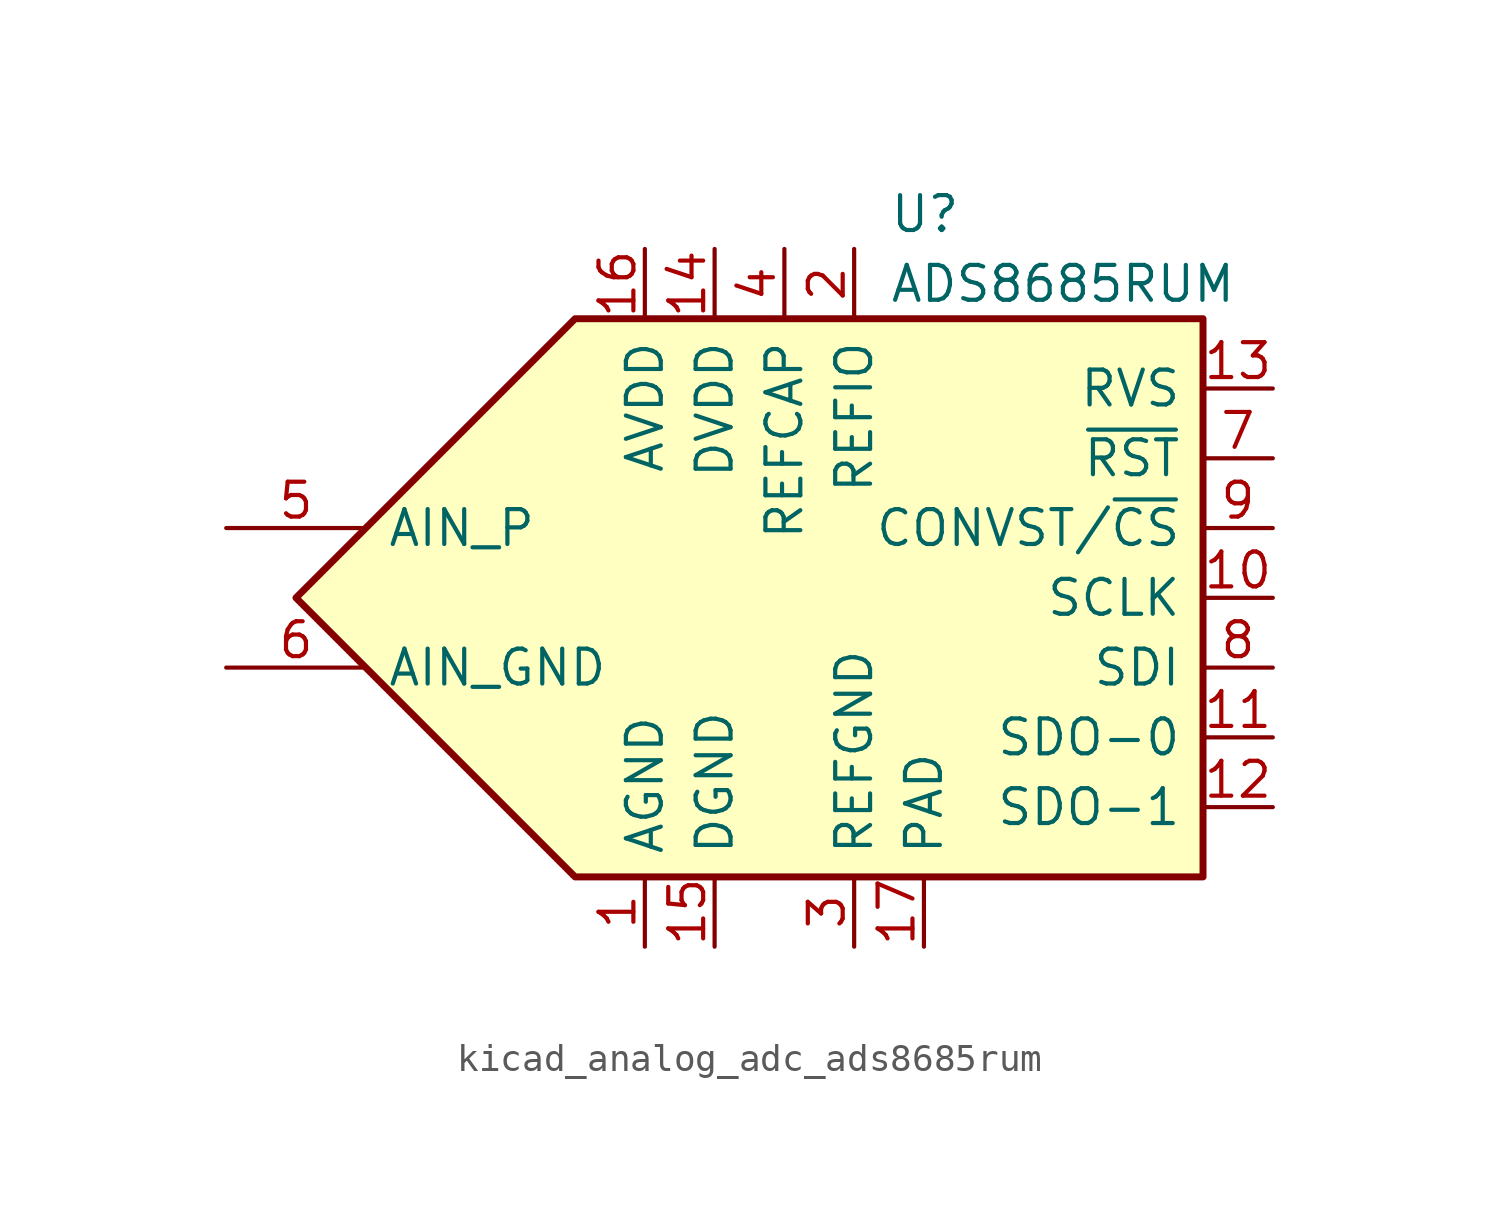
<source format=kicad_sym>
(kicad_symbol_lib
  (version 20220914)
  (generator kicad_symbol_editor)
  (symbol "kicad_analog_adc_ads8685rum"
    (pin_names
      (offset 0.762))
    (property "Reference" "U"
      (at 6.35 13.97 0)
      (effects (font (size 1.27 1.27)) (justify left)))
    (property "Value" "ADS8685RUM"
      (at 6.35 11.43 0)
      (effects (font (size 1.27 1.27)) (justify left)))
    (symbol "kicad_analog_adc_ads8685rum_0_1"
      (polyline (pts (xy -5.08 10.16) (xy 17.78 10.16) (xy 17.78 -10.16) (xy -5.08 -10.16) (xy -15.24 0) (xy -5.08 10.16)) (stroke (width 0.254) (type default)) (fill (type background))))
    (symbol "kicad_analog_adc_ads8685rum_1_1"
      (pin power_in line (at -2.54 -12.7 90) (length 2.54) (name "AGND" (effects (font (size 1.27 1.27)))) (number "1" (effects (font (size 1.27 1.27)))))
      (pin input line (at 20.32 0 180) (length 2.54) (name "SCLK" (effects (font (size 1.27 1.27)))) (number "10" (effects (font (size 1.27 1.27)))))
      (pin tri_state line (at 20.32 -5.08 180) (length 2.54) (name "SDO-0" (effects (font (size 1.27 1.27)))) (number "11" (effects (font (size 1.27 1.27)))))
      (pin tri_state line (at 20.32 -7.62 180) (length 2.54) (name "SDO-1" (effects (font (size 1.27 1.27)))) (number "12" (effects (font (size 1.27 1.27)))))
      (pin output line (at 20.32 7.62 180) (length 2.54) (name "RVS" (effects (font (size 1.27 1.27)))) (number "13" (effects (font (size 1.27 1.27)))))
      (pin power_in line (at 0 12.7 270) (length 2.54) (name "DVDD" (effects (font (size 1.27 1.27)))) (number "14" (effects (font (size 1.27 1.27)))))
      (pin power_in line (at 0 -12.7 90) (length 2.54) (name "DGND" (effects (font (size 1.27 1.27)))) (number "15" (effects (font (size 1.27 1.27)))))
      (pin power_in line (at -2.54 12.7 270) (length 2.54) (name "AVDD" (effects (font (size 1.27 1.27)))) (number "16" (effects (font (size 1.27 1.27)))))
      (pin power_in line (at 7.62 -12.7 90) (length 2.54) (name "PAD" (effects (font (size 1.27 1.27)))) (number "17" (effects (font (size 1.27 1.27)))))
      (pin passive line (at 5.08 12.7 270) (length 2.54) (name "REFIO" (effects (font (size 1.27 1.27)))) (number "2" (effects (font (size 1.27 1.27)))))
      (pin power_in line (at 5.08 -12.7 90) (length 2.54) (name "REFGND" (effects (font (size 1.27 1.27)))) (number "3" (effects (font (size 1.27 1.27)))))
      (pin power_in line (at 2.54 12.7 270) (length 2.54) (name "REFCAP" (effects (font (size 1.27 1.27)))) (number "4" (effects (font (size 1.27 1.27)))))
      (pin input line (at -17.78 2.54 0) (length 5.08) (name "AIN_P" (effects (font (size 1.27 1.27)))) (number "5" (effects (font (size 1.27 1.27)))))
      (pin input line (at -17.78 -2.54 0) (length 5.08) (name "AIN_GND" (effects (font (size 1.27 1.27)))) (number "6" (effects (font (size 1.27 1.27)))))
      (pin input line (at 20.32 5.08 180) (length 2.54) (name "~{RST}" (effects (font (size 1.27 1.27)))) (number "7" (effects (font (size 1.27 1.27)))))
      (pin input line (at 20.32 -2.54 180) (length 2.54) (name "SDI" (effects (font (size 1.27 1.27)))) (number "8" (effects (font (size 1.27 1.27)))))
      (pin input line (at 20.32 2.54 180) (length 2.54) (name "CONVST/~{CS}" (effects (font (size 1.27 1.27)))) (number "9" (effects (font (size 1.27 1.27))))))))
</source>
